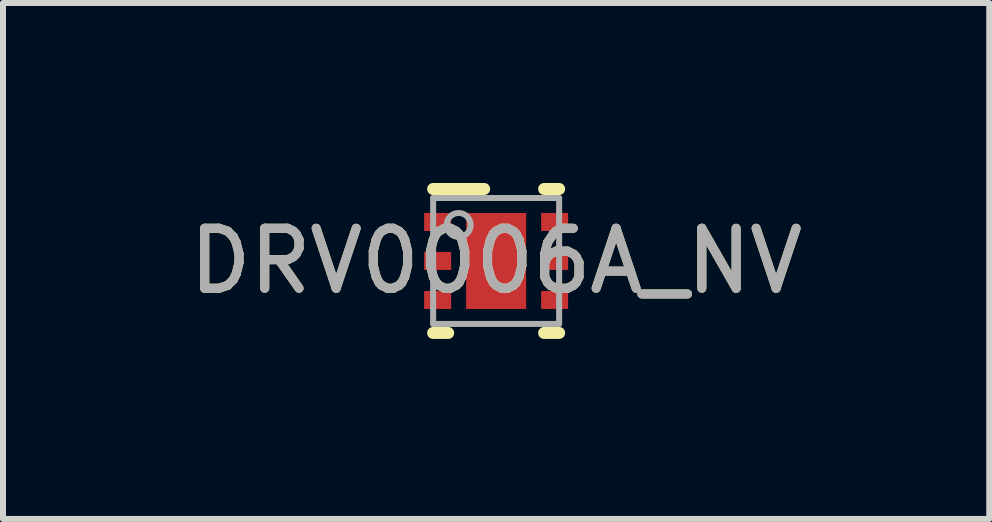
<source format=kicad_pcb>
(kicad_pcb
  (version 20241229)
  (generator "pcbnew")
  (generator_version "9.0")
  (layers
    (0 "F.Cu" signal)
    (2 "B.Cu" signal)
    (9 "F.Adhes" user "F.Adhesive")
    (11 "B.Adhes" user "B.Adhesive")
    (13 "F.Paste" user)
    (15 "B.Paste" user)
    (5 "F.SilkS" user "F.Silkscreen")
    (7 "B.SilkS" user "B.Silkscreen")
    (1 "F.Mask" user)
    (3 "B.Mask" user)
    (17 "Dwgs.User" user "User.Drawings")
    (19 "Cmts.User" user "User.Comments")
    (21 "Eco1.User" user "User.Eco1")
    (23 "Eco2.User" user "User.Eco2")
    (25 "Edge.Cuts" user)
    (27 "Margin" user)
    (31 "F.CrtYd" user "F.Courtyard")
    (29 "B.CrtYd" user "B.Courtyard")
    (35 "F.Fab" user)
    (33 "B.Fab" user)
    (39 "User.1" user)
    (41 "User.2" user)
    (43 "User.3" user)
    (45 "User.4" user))
  (footprint "DRV0006A_NV"
    (layer "F.Cu")
    (at 5.22 1.3)
    (property "Reference" "DRV0006A_NV" (at 0 0 0) (unlocked yes) (layer "F.SilkS") (effects (font (size 1 1) (thickness 0.15))))
    (attr smd)
    (fp_line (start -1.05 -1.2) (end -0.2 -1.2) (stroke (width 0.2) (type solid)) (layer "F.SilkS"))
    (fp_line (start -1.05 1.2) (end -0.8 1.2) (stroke (width 0.2) (type solid)) (layer "F.SilkS"))
    (fp_line (start 0.8 -1.2) (end 1.05 -1.2) (stroke (width 0.2) (type solid)) (layer "F.SilkS"))
    (fp_line (start 0.8 1.2) (end 1.05 1.2) (stroke (width 0.2) (type solid)) (layer "F.SilkS"))
    (fp_poly (pts (xy 0.475 0.733) (xy 0.475 -0.733) (xy -0.474 -0.733) (xy -0.474 0.733)) (stroke (width 0) (type solid)) (fill yes) (layer "F.Paste"))
    (fp_line (start -1.05 -1.05) (end 1.05 -1.05) (stroke (width 0.1) (type solid)) (layer "F.Fab"))
    (fp_line (start -1.05 1.05) (end -1.05 -1.05) (stroke (width 0.1) (type solid)) (layer "F.Fab"))
    (fp_line (start -1.05 1.05) (end 1.05 1.05) (stroke (width 0.1) (type solid)) (layer "F.Fab"))
    (fp_line (start 1.05 1.05) (end 1.05 -1.05) (stroke (width 0.1) (type solid)) (layer "F.Fab"))
    (fp_circle (center -0.625 -0.6) (end -0.425 -0.6) (stroke (width 0.1) (type solid)) (fill no) (layer "F.Fab"))
    (fp_text user "${REFERENCE}" (at 0 0 0) (unlocked yes) (layer "F.Fab") (effects (font (size 1 1) (thickness 0.15))))
    (pad "1" smd rect (at -0.975 -0.65 90) (size 0.3 0.45) (layers "F.Cu" "F.Mask" "F.Paste"))
    (pad "2" smd rect (at -0.975 0 90) (size 0.3 0.45) (layers "F.Cu" "F.Mask" "F.Paste"))
    (pad "3" smd rect (at -0.975 0.65 90) (size 0.3 0.45) (layers "F.Cu" "F.Mask" "F.Paste"))
    (pad "4" smd rect (at 0.975 0.65 90) (size 0.3 0.45) (layers "F.Cu" "F.Mask" "F.Paste"))
    (pad "5" smd rect (at 0.975 0 90) (size 0.3 0.45) (layers "F.Cu" "F.Mask" "F.Paste"))
    (pad "6" smd rect (at 0.975 -0.65 90) (size 0.3 0.45) (layers "F.Cu" "F.Mask" "F.Paste"))
    (pad "7" smd rect (at 0 0) (size 1 1.6) (layers "F.Cu" "F.Mask" "F.Paste")))
  (gr_rect
    (start -3 -3)
    (end 13.44 5.6)
    (stroke (width 0.1) (type default))
    (fill no)
    (layer "Edge.Cuts")))
</source>
